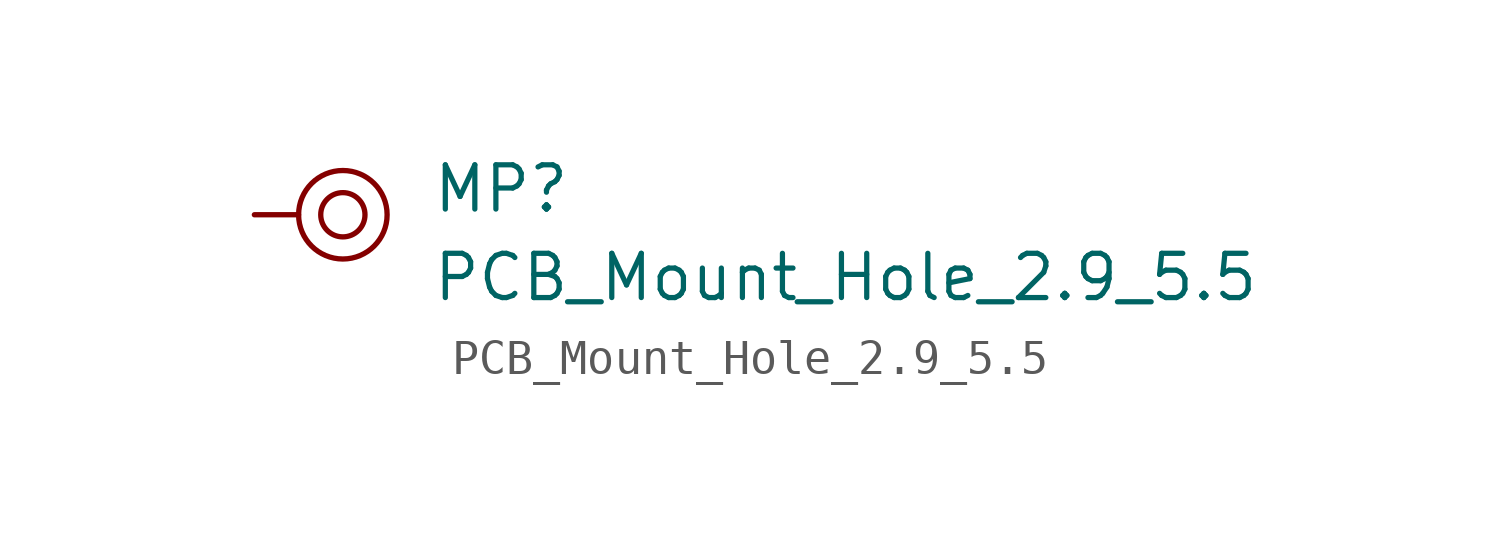
<source format=kicad_sym>
(kicad_symbol_lib
  (version 20211014)
  (generator kicad_symbol_editor)
  (symbol "PCB_Mount_Hole_2.9_5.5"
    (pin_numbers hide)
    (pin_names
      (offset 1.016))
    (property "Reference" "MP"
      (at 2.54 0 0)
      (effects (font (size 1.27 1.27) (thickness 0.15)) (justify left bottom)))
    (property "Value" "PCB_Mount_Hole_2.9_5.5"
      (at 2.54 -2.54 0)
      (effects (font (size 1.27 1.27) (thickness 0.15)) (justify left bottom)))
    (symbol "PCB_Mount_Hole_2.9_5.5_0_1"
      (circle (center 0 0) (radius 0.635) (stroke (width 0) (type default) (color 0 0 0 0)) (fill (type none)))
      (circle (center 0 0) (radius 1.27) (stroke (width 0) (type default) (color 0 0 0 0)) (fill (type none))))
    (symbol "PCB_Mount_Hole_2.9_5.5_1_1"
      (pin passive line (at -2.54 0 0) (length 1.27) (name "" (effects (font (size 1.27 1.27)))) (number "1" (effects (font (size 1.27 1.27))))))))
</source>
